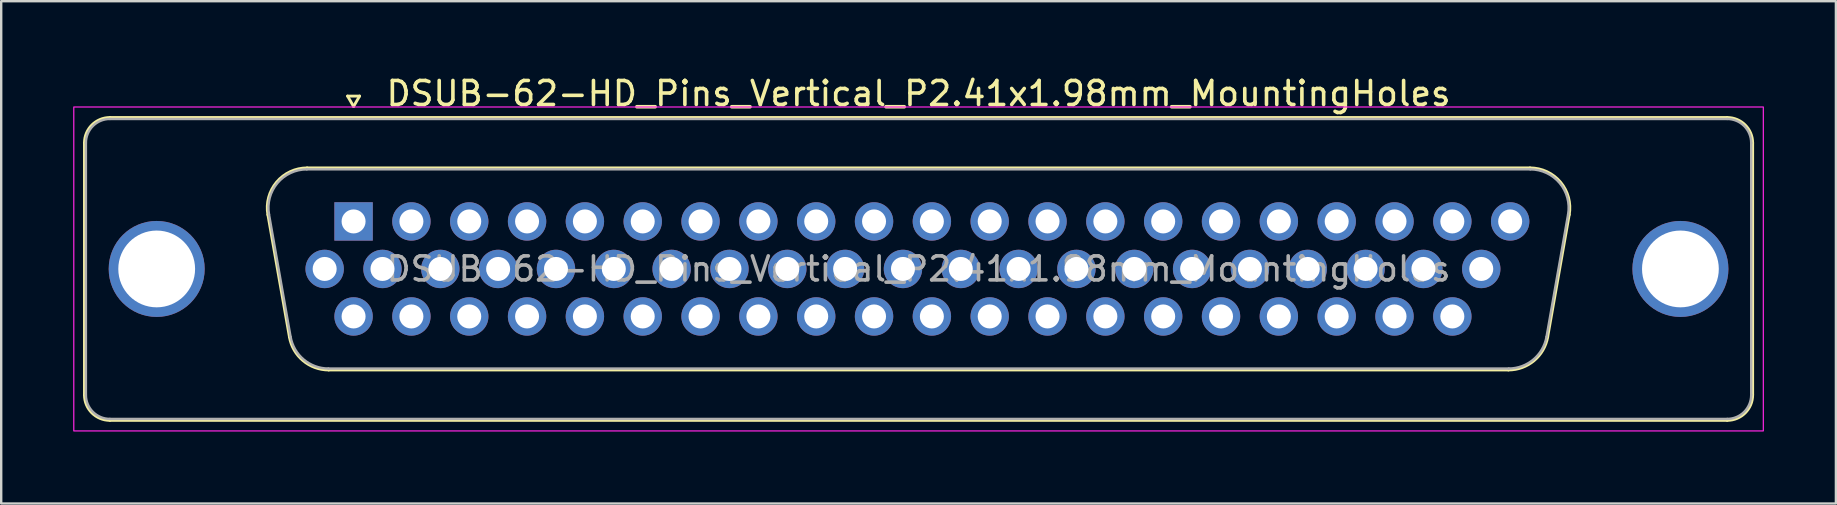
<source format=kicad_pcb>
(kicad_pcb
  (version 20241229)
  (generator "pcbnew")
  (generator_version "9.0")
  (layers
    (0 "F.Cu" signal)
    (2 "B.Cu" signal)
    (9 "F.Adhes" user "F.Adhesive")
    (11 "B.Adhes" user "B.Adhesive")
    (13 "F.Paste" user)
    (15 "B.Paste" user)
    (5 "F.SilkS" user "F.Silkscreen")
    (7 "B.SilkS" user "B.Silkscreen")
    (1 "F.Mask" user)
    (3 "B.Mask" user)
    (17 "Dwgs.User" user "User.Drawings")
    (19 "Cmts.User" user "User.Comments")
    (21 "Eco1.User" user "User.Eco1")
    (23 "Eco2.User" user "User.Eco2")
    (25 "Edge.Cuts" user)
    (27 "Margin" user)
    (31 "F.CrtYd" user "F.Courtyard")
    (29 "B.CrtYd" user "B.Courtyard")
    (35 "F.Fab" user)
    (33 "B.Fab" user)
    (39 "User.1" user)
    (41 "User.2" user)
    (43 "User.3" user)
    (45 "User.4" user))
  (footprint "DSUB-62-HD_Pins_Vertical_P2.41x1.98mm_MountingHoles"
    (layer "F.Cu")
    (at 11.685 6.178)
    (property "Reference" "DSUB-62-HD_Pins_Vertical_P2.41x1.98mm_MountingHoles" (at 23.545 -5.33 0) (layer "F.SilkS") (effects (font (size 1 1) (thickness 0.15))))
    (attr through_hole)
    (fp_line (start -11.215 7.23) (end -11.215 -3.27) (stroke (width 0.12) (type solid)) (layer "F.SilkS"))
    (fp_line (start -10.155 -4.33) (end 57.245 -4.33) (stroke (width 0.12) (type solid)) (layer "F.SilkS"))
    (fp_line (start -2.672 4.818) (end -3.571 -0.282) (stroke (width 0.12) (type solid)) (layer "F.SilkS"))
    (fp_line (start -1.937 -2.23) (end 49.027 -2.23) (stroke (width 0.12) (type solid)) (layer "F.SilkS"))
    (fp_line (start -0.25 -5.224) (end 0.25 -5.224) (stroke (width 0.12) (type solid)) (layer "F.SilkS"))
    (fp_line (start 0 -4.791) (end -0.25 -5.224) (stroke (width 0.12) (type solid)) (layer "F.SilkS"))
    (fp_line (start 0.25 -5.224) (end 0 -4.791) (stroke (width 0.12) (type solid)) (layer "F.SilkS"))
    (fp_line (start 48.127 6.19) (end -1.037 6.19) (stroke (width 0.12) (type solid)) (layer "F.SilkS"))
    (fp_line (start 50.661 -0.282) (end 49.762 4.818) (stroke (width 0.12) (type solid)) (layer "F.SilkS"))
    (fp_line (start 57.245 8.29) (end -10.155 8.29) (stroke (width 0.12) (type solid)) (layer "F.SilkS"))
    (fp_line (start 58.305 -3.27) (end 58.305 7.23) (stroke (width 0.12) (type solid)) (layer "F.SilkS"))
    (fp_arc (start -11.215 -3.27) (mid -10.904533 -4.019533) (end -10.155 -4.33) (stroke (width 0.12) (type solid)) (layer "F.SilkS"))
    (fp_arc (start -10.155 8.29) (mid -10.904533 7.979533) (end -11.215 7.23) (stroke (width 0.12) (type solid)) (layer "F.SilkS"))
    (fp_arc (start -3.57147 -0.281744) (mid -3.208323 -1.637027) (end -1.936689 -2.23) (stroke (width 0.12) (type solid)) (layer "F.SilkS"))
    (fp_arc (start -1.037421 6.19) (mid -2.104449 5.801634) (end -2.672202 4.818256) (stroke (width 0.12) (type solid)) (layer "F.SilkS"))
    (fp_arc (start 49.026689 -2.23) (mid 50.298323 -1.637027) (end 50.66147 -0.281744) (stroke (width 0.12) (type solid)) (layer "F.SilkS"))
    (fp_arc (start 49.762202 4.818256) (mid 49.194449 5.801634) (end 48.127421 6.19) (stroke (width 0.12) (type solid)) (layer "F.SilkS"))
    (fp_arc (start 57.245 -4.33) (mid 57.994533 -4.019533) (end 58.305 -3.27) (stroke (width 0.12) (type solid)) (layer "F.SilkS"))
    (fp_arc (start 58.305 7.23) (mid 57.994533 7.979533) (end 57.245 8.29) (stroke (width 0.12) (type solid)) (layer "F.SilkS"))
    (fp_rect (start -11.66 -4.77) (end 58.75 8.73) (stroke (width 0.05) (type solid)) (fill no) (layer "F.CrtYd"))
    (fp_line (start -11.155 7.23) (end -11.155 -3.27) (stroke (width 0.1) (type solid)) (layer "F.Fab"))
    (fp_line (start -10.155 -4.27) (end 57.245 -4.27) (stroke (width 0.1) (type solid)) (layer "F.Fab"))
    (fp_line (start -2.625 4.808) (end -3.524 -0.292) (stroke (width 0.1) (type solid)) (layer "F.Fab"))
    (fp_line (start -1.948 -2.17) (end 49.038 -2.17) (stroke (width 0.1) (type solid)) (layer "F.Fab"))
    (fp_line (start 48.139 6.13) (end -1.049 6.13) (stroke (width 0.1) (type solid)) (layer "F.Fab"))
    (fp_line (start 50.614 -0.292) (end 49.715 4.808) (stroke (width 0.1) (type solid)) (layer "F.Fab"))
    (fp_line (start 57.245 8.23) (end -10.155 8.23) (stroke (width 0.1) (type solid)) (layer "F.Fab"))
    (fp_line (start 58.245 -3.27) (end 58.245 7.23) (stroke (width 0.1) (type solid)) (layer "F.Fab"))
    (fp_arc (start -11.155 -3.27) (mid -10.862107 -3.977107) (end -10.155 -4.27) (stroke (width 0.1) (type solid)) (layer "F.Fab"))
    (fp_arc (start -10.155 8.23) (mid -10.862107 7.937107) (end -11.155 7.23) (stroke (width 0.1) (type solid)) (layer "F.Fab"))
    (fp_arc (start -3.523887 -0.292163) (mid -3.173865 -1.59846) (end -1.948194 -2.17) (stroke (width 0.1) (type solid)) (layer "F.Fab"))
    (fp_arc (start -1.048927 6.13) (mid -2.077387 5.755671) (end -2.624619 4.807837) (stroke (width 0.1) (type solid)) (layer "F.Fab"))
    (fp_arc (start 49.038194 -2.17) (mid 50.263865 -1.59846) (end 50.613887 -0.292163) (stroke (width 0.1) (type solid)) (layer "F.Fab"))
    (fp_arc (start 49.714619 4.807837) (mid 49.167387 5.755671) (end 48.138927 6.13) (stroke (width 0.1) (type solid)) (layer "F.Fab"))
    (fp_arc (start 57.245 -4.27) (mid 57.952107 -3.977107) (end 58.245 -3.27) (stroke (width 0.1) (type solid)) (layer "F.Fab"))
    (fp_arc (start 58.245 7.23) (mid 57.952107 7.937107) (end 57.245 8.23) (stroke (width 0.1) (type solid)) (layer "F.Fab"))
    (fp_text user "${REFERENCE}" (at 23.545 1.98 0) (layer "F.Fab") (effects (font (size 1 1) (thickness 0.15))))
    (pad "1" thru_hole rect (at 0 0) (size 1.6 1.6) (drill 1) (layers "*.Cu" "*.Mask"))
    (pad "2" thru_hole circle (at 2.41 0) (size 1.6 1.6) (drill 1) (layers "*.Cu" "*.Mask"))
    (pad "3" thru_hole circle (at 4.82 0) (size 1.6 1.6) (drill 1) (layers "*.Cu" "*.Mask"))
    (pad "4" thru_hole circle (at 7.23 0) (size 1.6 1.6) (drill 1) (layers "*.Cu" "*.Mask"))
    (pad "5" thru_hole circle (at 9.64 0) (size 1.6 1.6) (drill 1) (layers "*.Cu" "*.Mask"))
    (pad "6" thru_hole circle (at 12.05 0) (size 1.6 1.6) (drill 1) (layers "*.Cu" "*.Mask"))
    (pad "7" thru_hole circle (at 14.46 0) (size 1.6 1.6) (drill 1) (layers "*.Cu" "*.Mask"))
    (pad "8" thru_hole circle (at 16.87 0) (size 1.6 1.6) (drill 1) (layers "*.Cu" "*.Mask"))
    (pad "9" thru_hole circle (at 19.28 0) (size 1.6 1.6) (drill 1) (layers "*.Cu" "*.Mask"))
    (pad "10" thru_hole circle (at 21.69 0) (size 1.6 1.6) (drill 1) (layers "*.Cu" "*.Mask"))
    (pad "11" thru_hole circle (at 24.1 0) (size 1.6 1.6) (drill 1) (layers "*.Cu" "*.Mask"))
    (pad "12" thru_hole circle (at 26.51 0) (size 1.6 1.6) (drill 1) (layers "*.Cu" "*.Mask"))
    (pad "13" thru_hole circle (at 28.92 0) (size 1.6 1.6) (drill 1) (layers "*.Cu" "*.Mask"))
    (pad "14" thru_hole circle (at 31.33 0) (size 1.6 1.6) (drill 1) (layers "*.Cu" "*.Mask"))
    (pad "15" thru_hole circle (at 33.74 0) (size 1.6 1.6) (drill 1) (layers "*.Cu" "*.Mask"))
    (pad "16" thru_hole circle (at 36.15 0) (size 1.6 1.6) (drill 1) (layers "*.Cu" "*.Mask"))
    (pad "17" thru_hole circle (at 38.56 0) (size 1.6 1.6) (drill 1) (layers "*.Cu" "*.Mask"))
    (pad "18" thru_hole circle (at 40.97 0) (size 1.6 1.6) (drill 1) (layers "*.Cu" "*.Mask"))
    (pad "19" thru_hole circle (at 43.38 0) (size 1.6 1.6) (drill 1) (layers "*.Cu" "*.Mask"))
    (pad "20" thru_hole circle (at 45.79 0) (size 1.6 1.6) (drill 1) (layers "*.Cu" "*.Mask"))
    (pad "21" thru_hole circle (at 48.2 0) (size 1.6 1.6) (drill 1) (layers "*.Cu" "*.Mask"))
    (pad "22" thru_hole circle (at -1.205 1.98) (size 1.6 1.6) (drill 1) (layers "*.Cu" "*.Mask"))
    (pad "23" thru_hole circle (at 1.205 1.98) (size 1.6 1.6) (drill 1) (layers "*.Cu" "*.Mask"))
    (pad "24" thru_hole circle (at 3.615 1.98) (size 1.6 1.6) (drill 1) (layers "*.Cu" "*.Mask"))
    (pad "25" thru_hole circle (at 6.025 1.98) (size 1.6 1.6) (drill 1) (layers "*.Cu" "*.Mask"))
    (pad "26" thru_hole circle (at 8.435 1.98) (size 1.6 1.6) (drill 1) (layers "*.Cu" "*.Mask"))
    (pad "27" thru_hole circle (at 10.845 1.98) (size 1.6 1.6) (drill 1) (layers "*.Cu" "*.Mask"))
    (pad "28" thru_hole circle (at 13.255 1.98) (size 1.6 1.6) (drill 1) (layers "*.Cu" "*.Mask"))
    (pad "29" thru_hole circle (at 15.665 1.98) (size 1.6 1.6) (drill 1) (layers "*.Cu" "*.Mask"))
    (pad "30" thru_hole circle (at 18.075 1.98) (size 1.6 1.6) (drill 1) (layers "*.Cu" "*.Mask"))
    (pad "31" thru_hole circle (at 20.485 1.98) (size 1.6 1.6) (drill 1) (layers "*.Cu" "*.Mask"))
    (pad "32" thru_hole circle (at 22.895 1.98) (size 1.6 1.6) (drill 1) (layers "*.Cu" "*.Mask"))
    (pad "33" thru_hole circle (at 25.305 1.98) (size 1.6 1.6) (drill 1) (layers "*.Cu" "*.Mask"))
    (pad "34" thru_hole circle (at 27.715 1.98) (size 1.6 1.6) (drill 1) (layers "*.Cu" "*.Mask"))
    (pad "35" thru_hole circle (at 30.125 1.98) (size 1.6 1.6) (drill 1) (layers "*.Cu" "*.Mask"))
    (pad "36" thru_hole circle (at 32.535 1.98) (size 1.6 1.6) (drill 1) (layers "*.Cu" "*.Mask"))
    (pad "37" thru_hole circle (at 34.945 1.98) (size 1.6 1.6) (drill 1) (layers "*.Cu" "*.Mask"))
    (pad "38" thru_hole circle (at 37.355 1.98) (size 1.6 1.6) (drill 1) (layers "*.Cu" "*.Mask"))
    (pad "39" thru_hole circle (at 39.765 1.98) (size 1.6 1.6) (drill 1) (layers "*.Cu" "*.Mask"))
    (pad "40" thru_hole circle (at 42.175 1.98) (size 1.6 1.6) (drill 1) (layers "*.Cu" "*.Mask"))
    (pad "41" thru_hole circle (at 44.585 1.98) (size 1.6 1.6) (drill 1) (layers "*.Cu" "*.Mask"))
    (pad "42" thru_hole circle (at 46.995 1.98) (size 1.6 1.6) (drill 1) (layers "*.Cu" "*.Mask"))
    (pad "43" thru_hole circle (at 0 3.96) (size 1.6 1.6) (drill 1) (layers "*.Cu" "*.Mask"))
    (pad "44" thru_hole circle (at 2.41 3.96) (size 1.6 1.6) (drill 1) (layers "*.Cu" "*.Mask"))
    (pad "45" thru_hole circle (at 4.82 3.96) (size 1.6 1.6) (drill 1) (layers "*.Cu" "*.Mask"))
    (pad "46" thru_hole circle (at 7.23 3.96) (size 1.6 1.6) (drill 1) (layers "*.Cu" "*.Mask"))
    (pad "47" thru_hole circle (at 9.64 3.96) (size 1.6 1.6) (drill 1) (layers "*.Cu" "*.Mask"))
    (pad "48" thru_hole circle (at 12.05 3.96) (size 1.6 1.6) (drill 1) (layers "*.Cu" "*.Mask"))
    (pad "49" thru_hole circle (at 14.46 3.96) (size 1.6 1.6) (drill 1) (layers "*.Cu" "*.Mask"))
    (pad "50" thru_hole circle (at 16.87 3.96) (size 1.6 1.6) (drill 1) (layers "*.Cu" "*.Mask"))
    (pad "51" thru_hole circle (at 19.28 3.96) (size 1.6 1.6) (drill 1) (layers "*.Cu" "*.Mask"))
    (pad "52" thru_hole circle (at 21.69 3.96) (size 1.6 1.6) (drill 1) (layers "*.Cu" "*.Mask"))
    (pad "53" thru_hole circle (at 24.1 3.96) (size 1.6 1.6) (drill 1) (layers "*.Cu" "*.Mask"))
    (pad "54" thru_hole circle (at 26.51 3.96) (size 1.6 1.6) (drill 1) (layers "*.Cu" "*.Mask"))
    (pad "55" thru_hole circle (at 28.92 3.96) (size 1.6 1.6) (drill 1) (layers "*.Cu" "*.Mask"))
    (pad "56" thru_hole circle (at 31.33 3.96) (size 1.6 1.6) (drill 1) (layers "*.Cu" "*.Mask"))
    (pad "57" thru_hole circle (at 33.74 3.96) (size 1.6 1.6) (drill 1) (layers "*.Cu" "*.Mask"))
    (pad "58" thru_hole circle (at 36.15 3.96) (size 1.6 1.6) (drill 1) (layers "*.Cu" "*.Mask"))
    (pad "59" thru_hole circle (at 38.56 3.96) (size 1.6 1.6) (drill 1) (layers "*.Cu" "*.Mask"))
    (pad "60" thru_hole circle (at 40.97 3.96) (size 1.6 1.6) (drill 1) (layers "*.Cu" "*.Mask"))
    (pad "61" thru_hole circle (at 43.38 3.96) (size 1.6 1.6) (drill 1) (layers "*.Cu" "*.Mask"))
    (pad "62" thru_hole circle (at 45.79 3.96) (size 1.6 1.6) (drill 1) (layers "*.Cu" "*.Mask"))
    (pad "SH" thru_hole circle (at -8.205 1.98) (size 4 4) (drill 3.2) (layers "*.Cu" "*.Mask"))
    (pad "SH" thru_hole circle (at 55.295 1.98) (size 4 4) (drill 3.2) (layers "*.Cu" "*.Mask")))
  (gr_rect
    (start -3 -3)
    (end 73.46 17.933)
    (stroke (width 0.1) (type default))
    (fill no)
    (layer "Edge.Cuts")))
</source>
